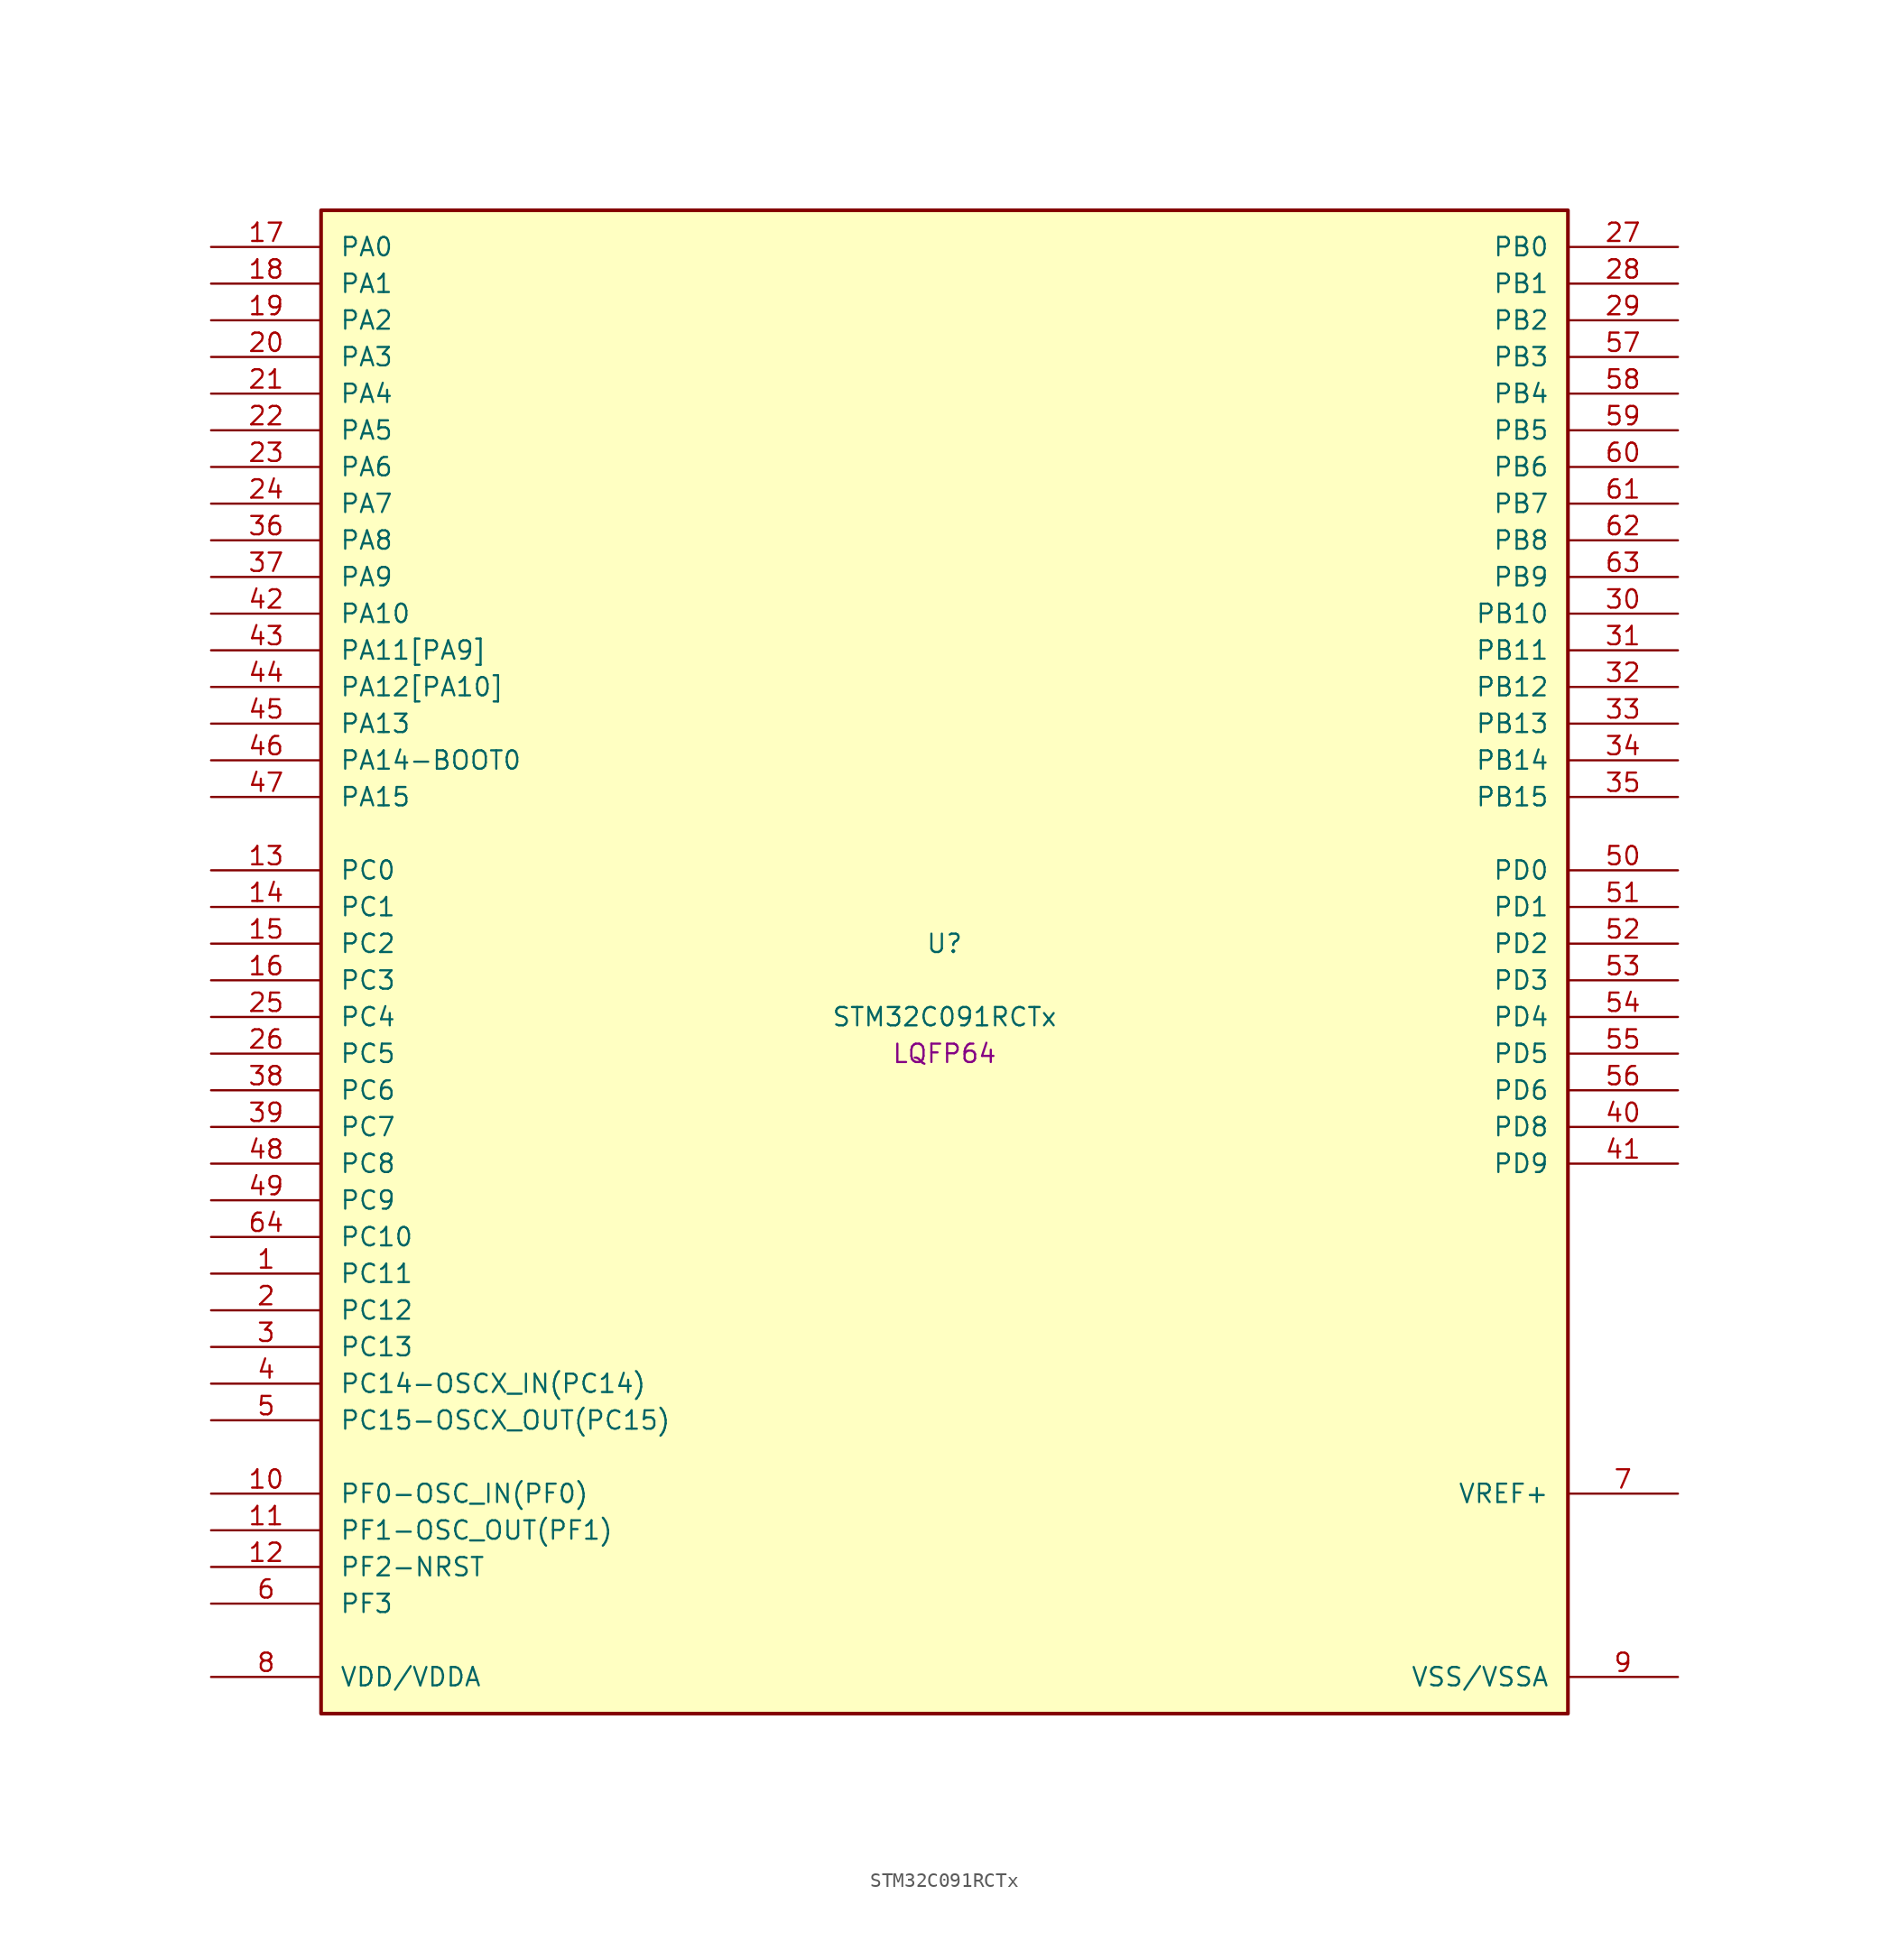
<source format=kicad_sym>
(kicad_symbol_lib
  (version 20241209)
  (generator "stm32_pkl_generator")
  (generator_version "1.0")
  (symbol "STM32C091RCTx"
    (pin_names
      (offset 1.27))
    (property "Reference" "U"
      (at 0 2.54 0))
    (property "Value" "STM32C091RCTx"
      (at 0 -2.54 0))
    (property "Footprint" "LQFP64"
      (at 0 -5.08 0))
    (symbol "STM32C091RCTx_1_1"
      (rectangle (start -43.18 53.34) (end 43.18 -50.8) (stroke (width 0.254) (type solid)) (fill (type background)))
      (pin bidirectional line (at -50.8 50.8 0) (length 7.62) (name "PA0") (number "17") (alternate "PA0/ADC1_IN0" bidirectional line) (alternate "PA0/PWR_WKUP1" bidirectional line) (alternate "PA0/SPI2_SCK" bidirectional line) (alternate "PA0/TIM16_CH1" bidirectional line) (alternate "PA0/TIM1_CH1" bidirectional line) (alternate "PA0/TIM2_CH1" bidirectional line) (alternate "PA0/TIM2_ETR" bidirectional line) (alternate "PA0/USART1_TX" bidirectional line) (alternate "PA0/USART2_CTS" bidirectional line) (alternate "PA0/USART2_NSS" bidirectional line) (alternate "PA0/USART4_TX" bidirectional line))
      (pin bidirectional line (at -50.8 48.26 0) (length 7.62) (name "PA1") (number "18") (alternate "PA1/ADC1_IN1" bidirectional line) (alternate "PA1/I2C1_SMBA" bidirectional line) (alternate "PA1/I2S1_CK" bidirectional line) (alternate "PA1/SPI1_SCK" bidirectional line) (alternate "PA1/TIM15_CH1N" bidirectional line) (alternate "PA1/TIM17_CH1" bidirectional line) (alternate "PA1/TIM1_CH2" bidirectional line) (alternate "PA1/TIM2_CH2" bidirectional line) (alternate "PA1/USART1_RX" bidirectional line) (alternate "PA1/USART2_CK" bidirectional line) (alternate "PA1/USART2_DE" bidirectional line) (alternate "PA1/USART2_RTS" bidirectional line) (alternate "PA1/USART4_RX" bidirectional line))
      (pin bidirectional line (at -50.8 45.72 0) (length 7.62) (name "PA2") (number "19") (alternate "PA2/ADC1_IN2" bidirectional line) (alternate "PA2/I2S1_SD" bidirectional line) (alternate "PA2/PWR_WKUP4" bidirectional line) (alternate "PA2/RCC_LSCO" bidirectional line) (alternate "PA2/SPI1_MOSI" bidirectional line) (alternate "PA2/TIM15_CH1" bidirectional line) (alternate "PA2/TIM16_CH1N" bidirectional line) (alternate "PA2/TIM1_CH3" bidirectional line) (alternate "PA2/TIM2_CH3" bidirectional line) (alternate "PA2/TIM3_ETR" bidirectional line) (alternate "PA2/USART2_TX" bidirectional line))
      (pin bidirectional line (at -50.8 43.18 0) (length 7.62) (name "PA3") (number "20") (alternate "PA3/ADC1_IN3" bidirectional line) (alternate "PA3/SPI2_MISO" bidirectional line) (alternate "PA3/TIM15_CH2" bidirectional line) (alternate "PA3/TIM1_CH1N" bidirectional line) (alternate "PA3/TIM1_CH4" bidirectional line) (alternate "PA3/TIM2_CH4" bidirectional line) (alternate "PA3/USART2_RX" bidirectional line))
      (pin bidirectional line (at -50.8 40.64 0) (length 7.62) (name "PA4") (number "21") (alternate "PA4/ADC1_IN4" bidirectional line) (alternate "PA4/I2S1_WS" bidirectional line) (alternate "PA4/RTC_OUT2" bidirectional line) (alternate "PA4/SPI1_NSS" bidirectional line) (alternate "PA4/SPI2_MOSI" bidirectional line) (alternate "PA4/TIM14_CH1" bidirectional line) (alternate "PA4/TIM17_CH1N" bidirectional line) (alternate "PA4/TIM1_CH2N" bidirectional line) (alternate "PA4/USART2_TX" bidirectional line))
      (pin bidirectional line (at -50.8 38.1 0) (length 7.62) (name "PA5") (number "22") (alternate "PA5/ADC1_IN5" bidirectional line) (alternate "PA5/I2S1_CK" bidirectional line) (alternate "PA5/SPI1_SCK" bidirectional line) (alternate "PA5/TIM1_CH1" bidirectional line) (alternate "PA5/TIM1_CH3N" bidirectional line) (alternate "PA5/TIM2_CH1" bidirectional line) (alternate "PA5/TIM2_ETR" bidirectional line) (alternate "PA5/USART2_RX" bidirectional line) (alternate "PA5/USART3_TX" bidirectional line))
      (pin bidirectional line (at -50.8 35.56 0) (length 7.62) (name "PA6") (number "23") (alternate "PA6/ADC1_IN6" bidirectional line) (alternate "PA6/I2C2_SDA" bidirectional line) (alternate "PA6/I2S1_MCK" bidirectional line) (alternate "PA6/SPI1_MISO" bidirectional line) (alternate "PA6/TIM16_CH1" bidirectional line) (alternate "PA6/TIM1_BKIN" bidirectional line) (alternate "PA6/TIM3_CH1" bidirectional line) (alternate "PA6/USART3_CTS" bidirectional line) (alternate "PA6/USART3_NSS" bidirectional line))
      (pin bidirectional line (at -50.8 33.02 0) (length 7.62) (name "PA7") (number "24") (alternate "PA7/ADC1_IN7" bidirectional line) (alternate "PA7/I2C2_SCL" bidirectional line) (alternate "PA7/I2S1_SD" bidirectional line) (alternate "PA7/SPI1_MOSI" bidirectional line) (alternate "PA7/TIM14_CH1" bidirectional line) (alternate "PA7/TIM17_CH1" bidirectional line) (alternate "PA7/TIM1_CH1N" bidirectional line) (alternate "PA7/TIM3_CH2" bidirectional line))
      (pin bidirectional line (at -50.8 30.48 0) (length 7.62) (name "PA8") (number "36") (alternate "PA8/ADC1_IN8" bidirectional line) (alternate "PA8/I2S1_WS" bidirectional line) (alternate "PA8/RCC_MCO" bidirectional line) (alternate "PA8/RCC_MCO_2" bidirectional line) (alternate "PA8/SPI1_NSS" bidirectional line) (alternate "PA8/SPI2_MISO" bidirectional line) (alternate "PA8/SPI2_NSS" bidirectional line) (alternate "PA8/TIM14_CH1" bidirectional line) (alternate "PA8/TIM1_CH1" bidirectional line) (alternate "PA8/TIM1_CH2N" bidirectional line) (alternate "PA8/TIM1_CH3N" bidirectional line) (alternate "PA8/TIM3_CH3" bidirectional line) (alternate "PA8/TIM3_CH4" bidirectional line) (alternate "PA8/USART1_RX" bidirectional line) (alternate "PA8/USART2_TX" bidirectional line))
      (pin bidirectional line (at -50.8 27.94 0) (length 7.62) (name "PA9") (number "37") (alternate "PA9/I2C1_SCL" bidirectional line) (alternate "PA9/I2C2_SCL" bidirectional line) (alternate "PA9/RCC_MCO" bidirectional line) (alternate "PA9/SPI2_MISO" bidirectional line) (alternate "PA9/TIM15_BKIN" bidirectional line) (alternate "PA9/TIM1_CH2" bidirectional line) (alternate "PA9/TIM3_ETR" bidirectional line) (alternate "PA9/USART1_TX" bidirectional line) (alternate "PA9/NC" bidirectional line))
      (pin bidirectional line (at -50.8 25.4 0) (length 7.62) (name "PA10") (number "42") (alternate "PA10/I2C1_SDA" bidirectional line) (alternate "PA10/I2C2_SDA" bidirectional line) (alternate "PA10/RCC_MCO_2" bidirectional line) (alternate "PA10/SPI2_MOSI" bidirectional line) (alternate "PA10/TIM17_BKIN" bidirectional line) (alternate "PA10/TIM1_CH3" bidirectional line) (alternate "PA10/USART1_RX" bidirectional line) (alternate "PA10/NC" bidirectional line))
      (pin bidirectional line (at -50.8 22.86 0) (length 7.62) (name "PA11[PA9]") (number "43") (alternate "PA11[PA9]/ADC1_EXTI11" bidirectional line) (alternate "PA11[PA9]/I2C2_SCL" bidirectional line) (alternate "PA11[PA9]/I2S1_MCK" bidirectional line) (alternate "PA11[PA9]/SPI1_MISO" bidirectional line) (alternate "PA11[PA9]/TIM1_BKIN2" bidirectional line) (alternate "PA11[PA9]/TIM1_CH4" bidirectional line) (alternate "PA11[PA9]/USART1_CTS" bidirectional line) (alternate "PA11[PA9]/USART1_NSS" bidirectional line) (alternate "PA11[PA9]/PA9[PA11]" bidirectional line) (alternate "PA11[PA9]/I2C1_SCL" bidirectional line) (alternate "PA11[PA9]/RCC_MCO" bidirectional line) (alternate "PA11[PA9]/SPI2_MISO" bidirectional line) (alternate "PA11[PA9]/TIM15_BKIN" bidirectional line) (alternate "PA11[PA9]/TIM1_CH2" bidirectional line) (alternate "PA11[PA9]/TIM3_ETR" bidirectional line) (alternate "PA11[PA9]/USART1_TX" bidirectional line))
      (pin bidirectional line (at -50.8 20.32 0) (length 7.62) (name "PA12[PA10]") (number "44") (alternate "PA12[PA10]/I2C2_SDA" bidirectional line) (alternate "PA12[PA10]/I2S1_SD" bidirectional line) (alternate "PA12[PA10]/I2S_CKIN" bidirectional line) (alternate "PA12[PA10]/SPI1_MOSI" bidirectional line) (alternate "PA12[PA10]/TIM1_ETR" bidirectional line) (alternate "PA12[PA10]/USART1_CK" bidirectional line) (alternate "PA12[PA10]/USART1_DE" bidirectional line) (alternate "PA12[PA10]/USART1_RTS" bidirectional line) (alternate "PA12[PA10]/PA10[PA12]" bidirectional line) (alternate "PA12[PA10]/I2C1_SDA" bidirectional line) (alternate "PA12[PA10]/RCC_MCO_2" bidirectional line) (alternate "PA12[PA10]/SPI2_MOSI" bidirectional line) (alternate "PA12[PA10]/TIM17_BKIN" bidirectional line) (alternate "PA12[PA10]/TIM1_CH3" bidirectional line) (alternate "PA12[PA10]/USART1_RX" bidirectional line))
      (pin bidirectional line (at -50.8 17.78 0) (length 7.62) (name "PA13") (number "45") (alternate "PA13/ADC1_IN13" bidirectional line) (alternate "PA13/DEBUG_SWDIO" bidirectional line) (alternate "PA13/IR_OUT" bidirectional line) (alternate "PA13/TIM3_ETR" bidirectional line) (alternate "PA13/USART2_RX" bidirectional line))
      (pin bidirectional line (at -50.8 15.24 0) (length 7.62) (name "PA14-BOOT0") (number "46") (alternate "PA14-BOOT0/ADC1_IN14" bidirectional line) (alternate "PA14-BOOT0/BOOT0" bidirectional line) (alternate "PA14-BOOT0/DEBUG_SWCLK" bidirectional line) (alternate "PA14-BOOT0/I2S1_WS" bidirectional line) (alternate "PA14-BOOT0/RCC_MCO_2" bidirectional line) (alternate "PA14-BOOT0/SPI1_NSS" bidirectional line) (alternate "PA14-BOOT0/TIM1_CH1" bidirectional line) (alternate "PA14-BOOT0/USART1_CK" bidirectional line) (alternate "PA14-BOOT0/USART1_DE" bidirectional line) (alternate "PA14-BOOT0/USART1_RTS" bidirectional line) (alternate "PA14-BOOT0/USART2_RX" bidirectional line) (alternate "PA14-BOOT0/USART2_TX" bidirectional line))
      (pin bidirectional line (at -50.8 12.7 0) (length 7.62) (name "PA15") (number "47") (alternate "PA15/I2S1_WS" bidirectional line) (alternate "PA15/RCC_MCO_2" bidirectional line) (alternate "PA15/SPI1_NSS" bidirectional line) (alternate "PA15/TIM1_CH1" bidirectional line) (alternate "PA15/TIM2_CH1" bidirectional line) (alternate "PA15/TIM2_ETR" bidirectional line) (alternate "PA15/USART1_CK" bidirectional line) (alternate "PA15/USART1_DE" bidirectional line) (alternate "PA15/USART1_RTS" bidirectional line) (alternate "PA15/USART2_RX" bidirectional line) (alternate "PA15/USART3_CK" bidirectional line) (alternate "PA15/USART3_DE" bidirectional line) (alternate "PA15/USART3_RTS" bidirectional line) (alternate "PA15/USART4_CK" bidirectional line) (alternate "PA15/USART4_DE" bidirectional line) (alternate "PA15/USART4_RTS" bidirectional line))
      (pin bidirectional line (at 50.8 50.8 180) (length 7.62) (name "PB0") (number "27") (alternate "PB0/ADC1_IN17" bidirectional line) (alternate "PB0/I2S1_WS" bidirectional line) (alternate "PB0/SPI1_NSS" bidirectional line) (alternate "PB0/TIM1_CH2N" bidirectional line) (alternate "PB0/TIM3_CH3" bidirectional line) (alternate "PB0/USART3_RX" bidirectional line))
      (pin bidirectional line (at 50.8 48.26 180) (length 7.62) (name "PB1") (number "28") (alternate "PB1/ADC1_IN18" bidirectional line) (alternate "PB1/TIM14_CH1" bidirectional line) (alternate "PB1/TIM1_CH2N" bidirectional line) (alternate "PB1/TIM1_CH3N" bidirectional line) (alternate "PB1/TIM3_CH4" bidirectional line) (alternate "PB1/USART3_CK" bidirectional line) (alternate "PB1/USART3_DE" bidirectional line) (alternate "PB1/USART3_RTS" bidirectional line))
      (pin bidirectional line (at 50.8 45.72 180) (length 7.62) (name "PB2") (number "29") (alternate "PB2/ADC1_IN19" bidirectional line) (alternate "PB2/RCC_MCO_2" bidirectional line) (alternate "PB2/SPI2_MISO" bidirectional line) (alternate "PB2/USART1_RX" bidirectional line) (alternate "PB2/USART3_TX" bidirectional line))
      (pin bidirectional line (at 50.8 43.18 180) (length 7.62) (name "PB3") (number "57") (alternate "PB3/I2C2_SCL" bidirectional line) (alternate "PB3/I2S1_CK" bidirectional line) (alternate "PB3/SPI1_SCK" bidirectional line) (alternate "PB3/TIM1_CH2" bidirectional line) (alternate "PB3/TIM2_CH2" bidirectional line) (alternate "PB3/TIM3_CH2" bidirectional line) (alternate "PB3/USART1_CK" bidirectional line) (alternate "PB3/USART1_DE" bidirectional line) (alternate "PB3/USART1_RTS" bidirectional line))
      (pin bidirectional line (at 50.8 40.64 180) (length 7.62) (name "PB4") (number "58") (alternate "PB4/I2C2_SDA" bidirectional line) (alternate "PB4/I2S1_MCK" bidirectional line) (alternate "PB4/SPI1_MISO" bidirectional line) (alternate "PB4/TIM17_BKIN" bidirectional line) (alternate "PB4/TIM3_CH1" bidirectional line) (alternate "PB4/USART1_CTS" bidirectional line) (alternate "PB4/USART1_NSS" bidirectional line))
      (pin bidirectional line (at 50.8 38.1 180) (length 7.62) (name "PB5") (number "59") (alternate "PB5/I2C1_SMBA" bidirectional line) (alternate "PB5/I2S1_SD" bidirectional line) (alternate "PB5/PWR_WKUP6" bidirectional line) (alternate "PB5/SPI1_MOSI" bidirectional line) (alternate "PB5/TIM16_BKIN" bidirectional line) (alternate "PB5/TIM3_CH2" bidirectional line) (alternate "PB5/TIM3_CH3" bidirectional line))
      (pin bidirectional line (at 50.8 35.56 180) (length 7.62) (name "PB6") (number "60") (alternate "PB6/I2C1_SCL" bidirectional line) (alternate "PB6/I2C1_SMBA" bidirectional line) (alternate "PB6/I2S1_CK" bidirectional line) (alternate "PB6/I2S1_MCK" bidirectional line) (alternate "PB6/I2S1_SD" bidirectional line) (alternate "PB6/PWR_WKUP3" bidirectional line) (alternate "PB6/SPI1_MISO" bidirectional line) (alternate "PB6/SPI1_MOSI" bidirectional line) (alternate "PB6/SPI1_SCK" bidirectional line) (alternate "PB6/SPI2_MISO" bidirectional line) (alternate "PB6/TIM16_BKIN" bidirectional line) (alternate "PB6/TIM16_CH1N" bidirectional line) (alternate "PB6/TIM1_CH2" bidirectional line) (alternate "PB6/TIM1_CH3" bidirectional line) (alternate "PB6/TIM3_CH1" bidirectional line) (alternate "PB6/TIM3_CH2" bidirectional line) (alternate "PB6/TIM3_CH3" bidirectional line) (alternate "PB6/USART1_CTS" bidirectional line) (alternate "PB6/USART1_NSS" bidirectional line) (alternate "PB6/USART1_TX" bidirectional line))
      (pin bidirectional line (at 50.8 33.02 180) (length 7.62) (name "PB7") (number "61") (alternate "PB7/I2C1_SCL" bidirectional line) (alternate "PB7/I2C1_SDA" bidirectional line) (alternate "PB7/SPI2_MOSI" bidirectional line) (alternate "PB7/TIM16_CH1" bidirectional line) (alternate "PB7/TIM17_CH1N" bidirectional line) (alternate "PB7/TIM1_CH4" bidirectional line) (alternate "PB7/TIM3_CH1" bidirectional line) (alternate "PB7/TIM3_CH4" bidirectional line) (alternate "PB7/USART1_RX" bidirectional line) (alternate "PB7/USART2_CTS" bidirectional line) (alternate "PB7/USART2_NSS" bidirectional line) (alternate "PB7/USART4_CTS" bidirectional line) (alternate "PB7/USART4_NSS" bidirectional line))
      (pin bidirectional line (at 50.8 30.48 180) (length 7.62) (name "PB8") (number "62") (alternate "PB8/I2C1_SCL" bidirectional line) (alternate "PB8/SPI2_SCK" bidirectional line) (alternate "PB8/TIM15_BKIN" bidirectional line) (alternate "PB8/TIM16_CH1" bidirectional line) (alternate "PB8/TIM3_CH1" bidirectional line) (alternate "PB8/USART2_CTS" bidirectional line) (alternate "PB8/USART2_NSS" bidirectional line) (alternate "PB8/USART3_TX" bidirectional line))
      (pin bidirectional line (at 50.8 27.94 180) (length 7.62) (name "PB9") (number "63") (alternate "PB9/I2C1_SDA" bidirectional line) (alternate "PB9/IR_OUT" bidirectional line) (alternate "PB9/SPI2_NSS" bidirectional line) (alternate "PB9/TIM17_CH1" bidirectional line) (alternate "PB9/TIM3_CH2" bidirectional line) (alternate "PB9/USART2_CK" bidirectional line) (alternate "PB9/USART2_DE" bidirectional line) (alternate "PB9/USART2_RTS" bidirectional line) (alternate "PB9/USART3_RX" bidirectional line))
      (pin bidirectional line (at 50.8 25.4 180) (length 7.62) (name "PB10") (number "30") (alternate "PB10/ADC1_IN20" bidirectional line) (alternate "PB10/I2C2_SCL" bidirectional line) (alternate "PB10/SPI2_SCK" bidirectional line) (alternate "PB10/TIM2_CH3" bidirectional line) (alternate "PB10/USART3_TX" bidirectional line))
      (pin bidirectional line (at 50.8 22.86 180) (length 7.62) (name "PB11") (number "31") (alternate "PB11/ADC1_EXTI11" bidirectional line) (alternate "PB11/ADC1_IN21" bidirectional line) (alternate "PB11/I2C2_SDA" bidirectional line) (alternate "PB11/SPI2_MOSI" bidirectional line) (alternate "PB11/TIM2_CH4" bidirectional line) (alternate "PB11/USART3_RX" bidirectional line))
      (pin bidirectional line (at 50.8 20.32 180) (length 7.62) (name "PB12") (number "32") (alternate "PB12/ADC1_IN22" bidirectional line) (alternate "PB12/SPI2_NSS" bidirectional line) (alternate "PB12/TIM15_BKIN" bidirectional line) (alternate "PB12/TIM1_BKIN" bidirectional line) (alternate "PB12/TIM1_BKIN2" bidirectional line))
      (pin bidirectional line (at 50.8 17.78 180) (length 7.62) (name "PB13") (number "33") (alternate "PB13/I2C2_SCL" bidirectional line) (alternate "PB13/SPI2_SCK" bidirectional line) (alternate "PB13/TIM15_CH1N" bidirectional line) (alternate "PB13/TIM1_CH1N" bidirectional line) (alternate "PB13/USART3_CTS" bidirectional line) (alternate "PB13/USART3_NSS" bidirectional line))
      (pin bidirectional line (at 50.8 15.24 180) (length 7.62) (name "PB14") (number "34") (alternate "PB14/I2C2_SDA" bidirectional line) (alternate "PB14/SPI2_MISO" bidirectional line) (alternate "PB14/TIM15_CH1" bidirectional line) (alternate "PB14/TIM1_CH2N" bidirectional line) (alternate "PB14/USART3_CK" bidirectional line) (alternate "PB14/USART3_DE" bidirectional line) (alternate "PB14/USART3_RTS" bidirectional line))
      (pin bidirectional line (at 50.8 12.7 180) (length 7.62) (name "PB15") (number "35") (alternate "PB15/RTC_REFIN" bidirectional line) (alternate "PB15/SPI2_MOSI" bidirectional line) (alternate "PB15/TIM15_CH1N" bidirectional line) (alternate "PB15/TIM15_CH2" bidirectional line) (alternate "PB15/TIM1_CH3N" bidirectional line))
      (pin bidirectional line (at -50.8 7.62 0) (length 7.62) (name "PC0") (number "13") (alternate "PC0/USART3_TX" bidirectional line) (alternate "PC0/USART4_RX" bidirectional line))
      (pin bidirectional line (at -50.8 5.08 0) (length 7.62) (name "PC1") (number "14") (alternate "PC1/TIM15_CH1" bidirectional line) (alternate "PC1/USART3_RX" bidirectional line) (alternate "PC1/USART4_TX" bidirectional line))
      (pin bidirectional line (at -50.8 2.54 0) (length 7.62) (name "PC2") (number "15") (alternate "PC2/SPI2_MISO" bidirectional line) (alternate "PC2/TIM15_CH2" bidirectional line))
      (pin bidirectional line (at -50.8 0 0) (length 7.62) (name "PC3") (number "16") (alternate "PC3/SPI2_MOSI" bidirectional line))
      (pin bidirectional line (at -50.8 -2.54 0) (length 7.62) (name "PC4") (number "25") (alternate "PC4/ADC1_IN11" bidirectional line) (alternate "PC4/TIM2_CH1" bidirectional line) (alternate "PC4/TIM2_ETR" bidirectional line) (alternate "PC4/USART1_TX" bidirectional line) (alternate "PC4/USART3_TX" bidirectional line))
      (pin bidirectional line (at -50.8 -5.08 0) (length 7.62) (name "PC5") (number "26") (alternate "PC5/ADC1_IN12" bidirectional line) (alternate "PC5/PWR_WKUP5" bidirectional line) (alternate "PC5/TIM2_CH2" bidirectional line) (alternate "PC5/USART1_RX" bidirectional line) (alternate "PC5/USART3_RX" bidirectional line))
      (pin bidirectional line (at -50.8 -7.62 0) (length 7.62) (name "PC6") (number "38") (alternate "PC6/TIM2_CH3" bidirectional line) (alternate "PC6/TIM3_CH1" bidirectional line))
      (pin bidirectional line (at -50.8 -10.16 0) (length 7.62) (name "PC7") (number "39") (alternate "PC7/TIM2_CH4" bidirectional line) (alternate "PC7/TIM3_CH2" bidirectional line))
      (pin bidirectional line (at -50.8 -12.7 0) (length 7.62) (name "PC8") (number "48") (alternate "PC8/TIM1_CH1" bidirectional line) (alternate "PC8/TIM3_CH3" bidirectional line))
      (pin bidirectional line (at -50.8 -15.24 0) (length 7.62) (name "PC9") (number "49") (alternate "PC9/I2S_CKIN" bidirectional line) (alternate "PC9/TIM1_CH2" bidirectional line) (alternate "PC9/TIM3_CH4" bidirectional line))
      (pin bidirectional line (at -50.8 -17.78 0) (length 7.62) (name "PC10") (number "64") (alternate "PC10/TIM1_CH3" bidirectional line) (alternate "PC10/USART3_TX" bidirectional line) (alternate "PC10/USART4_TX" bidirectional line))
      (pin bidirectional line (at -50.8 -20.32 0) (length 7.62) (name "PC11") (number "1") (alternate "PC11/ADC1_EXTI11" bidirectional line) (alternate "PC11/TIM1_CH4" bidirectional line) (alternate "PC11/USART3_RX" bidirectional line) (alternate "PC11/USART4_RX" bidirectional line))
      (pin bidirectional line (at -50.8 -22.86 0) (length 7.62) (name "PC12") (number "2") (alternate "PC12/TIM14_CH1" bidirectional line))
      (pin bidirectional line (at -50.8 -25.4 0) (length 7.62) (name "PC13") (number "3") (alternate "PC13/PWR_WKUP2" bidirectional line) (alternate "PC13/RTC_OUT1" bidirectional line) (alternate "PC13/RTC_TS" bidirectional line) (alternate "PC13/TIM1_BKIN" bidirectional line) (alternate "PC13/TIM1_ETR" bidirectional line))
      (pin bidirectional line (at -50.8 -27.94 0) (length 7.62) (name "PC14-OSCX_IN(PC14)") (number "4") (alternate "PC14-OSCX_IN(PC14)/I2C1_SDA" bidirectional line) (alternate "PC14-OSCX_IN(PC14)/IR_OUT" bidirectional line) (alternate "PC14-OSCX_IN(PC14)/RCC_OSCX_IN" bidirectional line) (alternate "PC14-OSCX_IN(PC14)/SPI2_NSS" bidirectional line) (alternate "PC14-OSCX_IN(PC14)/TIM17_CH1" bidirectional line) (alternate "PC14-OSCX_IN(PC14)/TIM1_BKIN2" bidirectional line) (alternate "PC14-OSCX_IN(PC14)/TIM1_ETR" bidirectional line) (alternate "PC14-OSCX_IN(PC14)/TIM3_CH2" bidirectional line) (alternate "PC14-OSCX_IN(PC14)/USART1_TX" bidirectional line) (alternate "PC14-OSCX_IN(PC14)/USART2_CK" bidirectional line) (alternate "PC14-OSCX_IN(PC14)/USART2_DE" bidirectional line) (alternate "PC14-OSCX_IN(PC14)/USART2_RTS" bidirectional line) (alternate "PC14-OSCX_IN(PC14)/USART3_TX" bidirectional line))
      (pin bidirectional line (at -50.8 -30.48 0) (length 7.62) (name "PC15-OSCX_OUT(PC15)") (number "5") (alternate "PC15-OSCX_OUT(PC15)/RCC_OSC32_EN" bidirectional line) (alternate "PC15-OSCX_OUT(PC15)/RCC_OSCX_OUT" bidirectional line) (alternate "PC15-OSCX_OUT(PC15)/RCC_OSC_EN" bidirectional line) (alternate "PC15-OSCX_OUT(PC15)/TIM15_BKIN" bidirectional line) (alternate "PC15-OSCX_OUT(PC15)/TIM1_ETR" bidirectional line) (alternate "PC15-OSCX_OUT(PC15)/TIM3_CH3" bidirectional line))
      (pin bidirectional line (at 50.8 7.62 180) (length 7.62) (name "PD0") (number "50") (alternate "PD0/SPI2_NSS" bidirectional line) (alternate "PD0/TIM16_CH1" bidirectional line))
      (pin bidirectional line (at 50.8 5.08 180) (length 7.62) (name "PD1") (number "51") (alternate "PD1/SPI2_SCK" bidirectional line) (alternate "PD1/TIM17_CH1" bidirectional line))
      (pin bidirectional line (at 50.8 2.54 180) (length 7.62) (name "PD2") (number "52") (alternate "PD2/TIM1_CH1N" bidirectional line) (alternate "PD2/TIM3_ETR" bidirectional line) (alternate "PD2/USART3_CK" bidirectional line) (alternate "PD2/USART3_DE" bidirectional line) (alternate "PD2/USART3_RTS" bidirectional line))
      (pin bidirectional line (at 50.8 0 180) (length 7.62) (name "PD3") (number "53") (alternate "PD3/SPI2_MISO" bidirectional line) (alternate "PD3/TIM1_CH2N" bidirectional line) (alternate "PD3/USART2_CTS" bidirectional line) (alternate "PD3/USART2_NSS" bidirectional line))
      (pin bidirectional line (at 50.8 -2.54 180) (length 7.62) (name "PD4") (number "54") (alternate "PD4/SPI2_MOSI" bidirectional line) (alternate "PD4/TIM1_CH3N" bidirectional line) (alternate "PD4/USART2_CK" bidirectional line) (alternate "PD4/USART2_DE" bidirectional line) (alternate "PD4/USART2_RTS" bidirectional line))
      (pin bidirectional line (at 50.8 -5.08 180) (length 7.62) (name "PD5") (number "55") (alternate "PD5/I2S1_MCK" bidirectional line) (alternate "PD5/SPI1_MISO" bidirectional line) (alternate "PD5/TIM1_BKIN" bidirectional line) (alternate "PD5/USART2_TX" bidirectional line))
      (pin bidirectional line (at 50.8 -7.62 180) (length 7.62) (name "PD6") (number "56") (alternate "PD6/I2S1_SD" bidirectional line) (alternate "PD6/SPI1_MOSI" bidirectional line) (alternate "PD6/USART2_RX" bidirectional line))
      (pin bidirectional line (at 50.8 -10.16 180) (length 7.62) (name "PD8") (number "40") (alternate "PD8/I2S1_CK" bidirectional line) (alternate "PD8/SPI1_SCK" bidirectional line) (alternate "PD8/USART3_TX" bidirectional line))
      (pin bidirectional line (at 50.8 -12.7 180) (length 7.62) (name "PD9") (number "41") (alternate "PD9/I2S1_WS" bidirectional line) (alternate "PD9/SPI1_NSS" bidirectional line) (alternate "PD9/TIM1_BKIN2" bidirectional line) (alternate "PD9/USART3_RX" bidirectional line))
      (pin bidirectional line (at -50.8 -35.56 0) (length 7.62) (name "PF0-OSC_IN(PF0)") (number "10") (alternate "PF0-OSC_IN(PF0)/RCC_OSC_IN" bidirectional line) (alternate "PF0-OSC_IN(PF0)/TIM14_CH1" bidirectional line))
      (pin bidirectional line (at -50.8 -38.1 0) (length 7.62) (name "PF1-OSC_OUT(PF1)") (number "11") (alternate "PF1-OSC_OUT(PF1)/RCC_OSC_EN" bidirectional line) (alternate "PF1-OSC_OUT(PF1)/RCC_OSC_OUT" bidirectional line) (alternate "PF1-OSC_OUT(PF1)/TIM15_CH1N" bidirectional line))
      (pin bidirectional line (at -50.8 -40.64 0) (length 7.62) (name "PF2-NRST") (number "12") (alternate "PF2-NRST/RCC_MCO" bidirectional line) (alternate "PF2-NRST/TIM1_CH4" bidirectional line))
      (pin bidirectional line (at -50.8 -43.18 0) (length 7.62) (name "PF3") (number "6"))
      (pin bidirectional line (at 50.8 -35.56 180) (length 7.62) (name "VREF+") (number "7"))
      (pin power_in line (at -50.8 -48.26 0) (length 7.62) (name "VDD/VDDA") (number "8"))
      (pin power_in line (at 50.8 -48.26 180) (length 7.62) (name "VSS/VSSA") (number "9")))))
</source>
